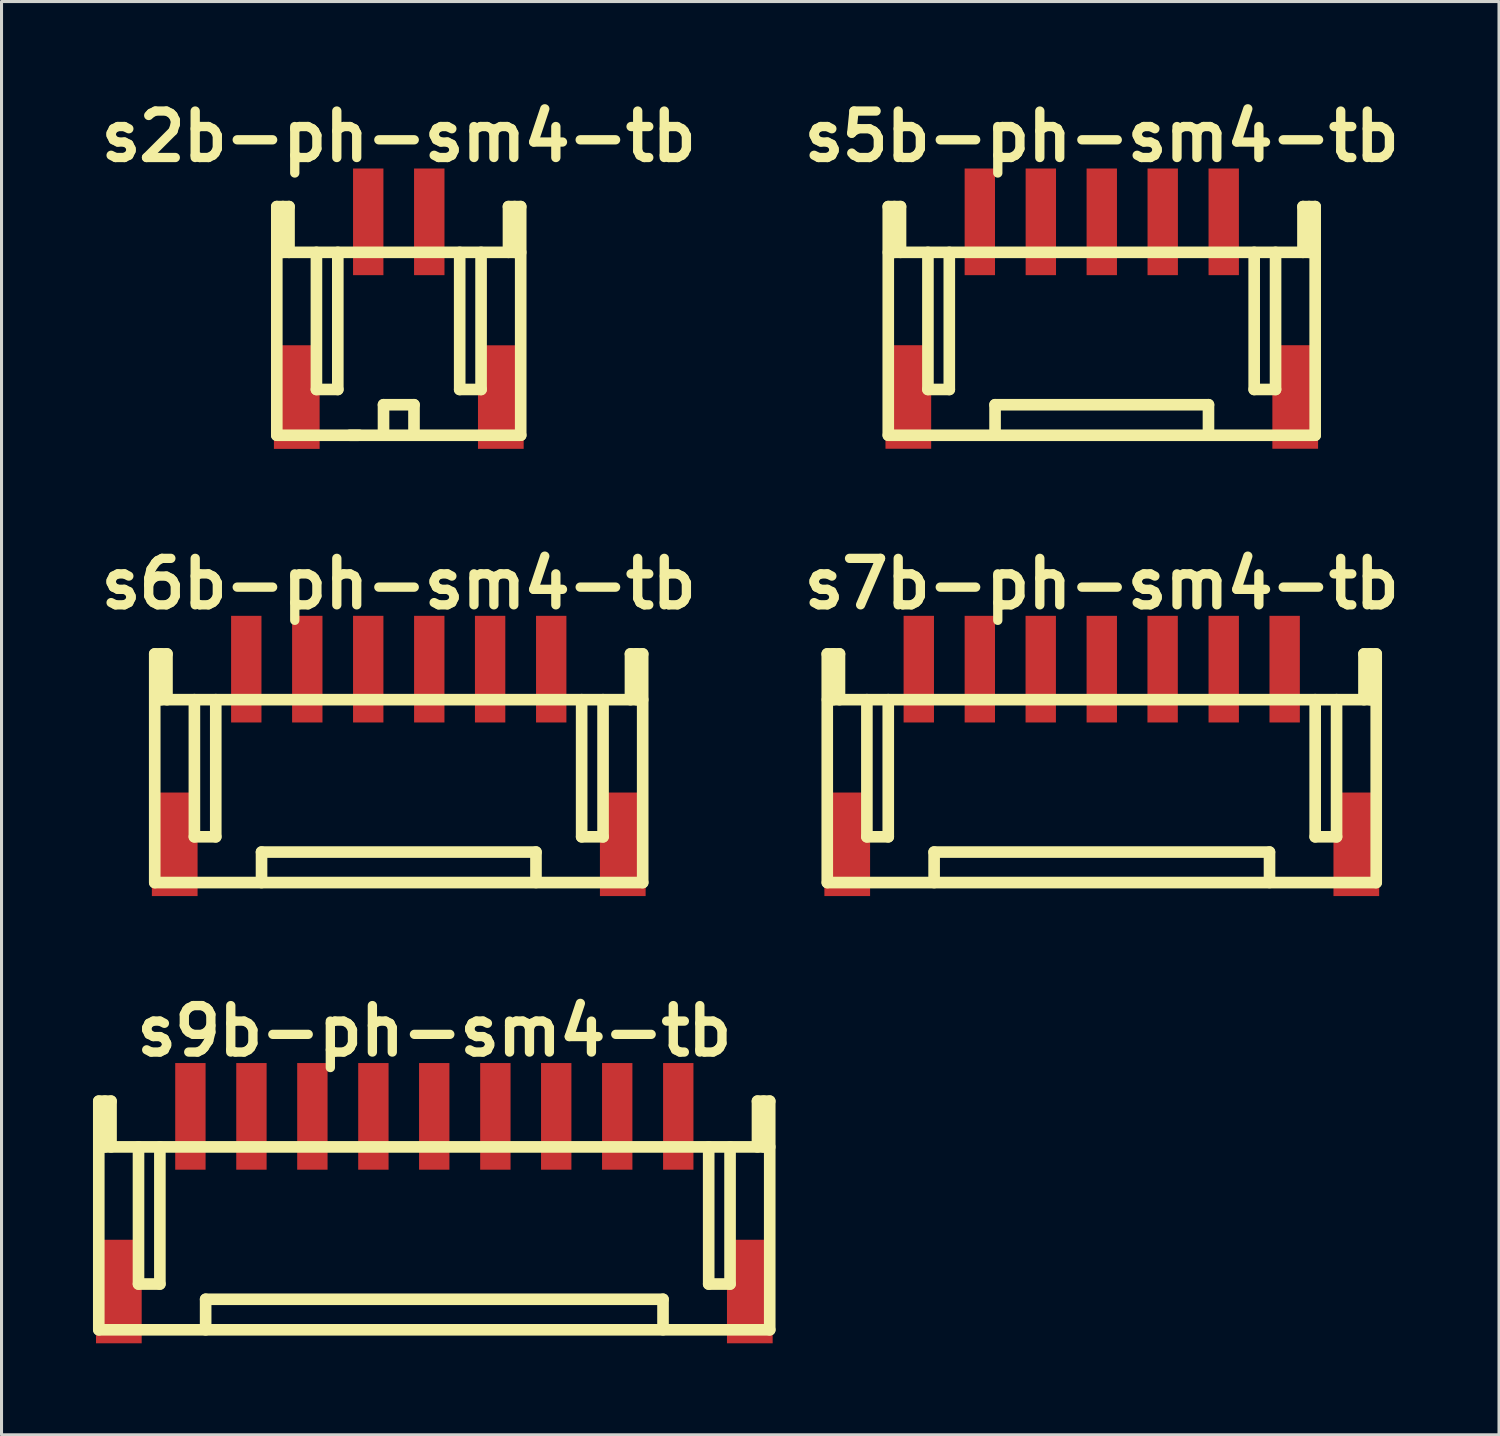
<source format=kicad_pcb>
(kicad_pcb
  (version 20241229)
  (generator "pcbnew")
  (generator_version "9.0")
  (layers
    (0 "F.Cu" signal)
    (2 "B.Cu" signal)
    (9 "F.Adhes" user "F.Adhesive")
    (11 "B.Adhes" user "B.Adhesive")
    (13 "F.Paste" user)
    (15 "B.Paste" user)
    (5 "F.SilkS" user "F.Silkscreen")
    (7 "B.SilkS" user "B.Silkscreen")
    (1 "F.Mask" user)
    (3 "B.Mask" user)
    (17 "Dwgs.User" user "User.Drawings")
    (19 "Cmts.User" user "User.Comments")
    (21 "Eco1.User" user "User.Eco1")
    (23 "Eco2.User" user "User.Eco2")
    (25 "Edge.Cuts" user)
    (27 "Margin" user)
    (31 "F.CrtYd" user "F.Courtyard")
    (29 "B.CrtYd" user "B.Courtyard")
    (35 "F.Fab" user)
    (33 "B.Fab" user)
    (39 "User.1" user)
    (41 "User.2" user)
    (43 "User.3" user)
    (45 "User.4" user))
  (footprint "s6b-ph-sm4-tb"
    (layer "F.Cu")
    (at 10.029 18.898)
    (property "Reference" "s6b-ph-sm4-tb" (at 0 -2.799 0) (layer "F.SilkS") (effects (font (size 1.524 1.524) (thickness 0.305))))
    (attr smd)
    (fp_line (start -8.004 7) (end -8.004 -0.5) (stroke (width 0.381) (type solid)) (layer "F.SilkS"))
    (fp_line (start -8.001 7) (end 8.001 7) (stroke (width 0.381) (type solid)) (layer "F.SilkS"))
    (fp_line (start -7.803 -0.5) (end -7.803 1.001) (stroke (width 0.381) (type solid)) (layer "F.SilkS"))
    (fp_line (start -7.602 -0.5) (end -8.004 -0.5) (stroke (width 0.381) (type solid)) (layer "F.SilkS"))
    (fp_line (start -7.602 1.001) (end -7.602 -0.5) (stroke (width 0.381) (type solid)) (layer "F.SilkS"))
    (fp_line (start -6.703 5.499) (end -6.703 1.001) (stroke (width 0.381) (type solid)) (layer "F.SilkS"))
    (fp_line (start -6.002 1.001) (end -6.002 5.499) (stroke (width 0.381) (type solid)) (layer "F.SilkS"))
    (fp_line (start -6.002 5.499) (end -6.703 5.499) (stroke (width 0.381) (type solid)) (layer "F.SilkS"))
    (fp_line (start -4.501 7) (end -4.501 5.999) (stroke (width 0.381) (type solid)) (layer "F.SilkS"))
    (fp_line (start 4.501 5.999) (end -4.501 5.999) (stroke (width 0.381) (type solid)) (layer "F.SilkS"))
    (fp_line (start 4.501 5.999) (end 4.501 6.998) (stroke (width 0.381) (type solid)) (layer "F.SilkS"))
    (fp_line (start 5.999 1.001) (end 5.999 5.499) (stroke (width 0.381) (type solid)) (layer "F.SilkS"))
    (fp_line (start 5.999 5.499) (end 6.701 5.499) (stroke (width 0.381) (type solid)) (layer "F.SilkS"))
    (fp_line (start 6.701 5.499) (end 6.701 1.001) (stroke (width 0.381) (type solid)) (layer "F.SilkS"))
    (fp_line (start 7.6 -0.5) (end 7.6 1.001) (stroke (width 0.381) (type solid)) (layer "F.SilkS"))
    (fp_line (start 7.8 1.001) (end 7.8 -0.5) (stroke (width 0.381) (type solid)) (layer "F.SilkS"))
    (fp_line (start 8.001 -0.5) (end 7.6 -0.5) (stroke (width 0.381) (type solid)) (layer "F.SilkS"))
    (fp_line (start 8.001 -0.5) (end 8.001 7) (stroke (width 0.381) (type solid)) (layer "F.SilkS"))
    (fp_line (start 8.001 1.001) (end -8.001 1.001) (stroke (width 0.381) (type solid)) (layer "F.SilkS"))
    (pad "" smd rect (at -7.348 5.745) (size 1.499 3.396) (layers "F.Cu" "F.Mask" "F.Paste"))
    (pad "" smd rect (at 7.348 5.745) (size 1.499 3.396) (layers "F.Cu" "F.Mask" "F.Paste"))
    (pad "1" smd rect (at -5.001 0) (size 0.996 3.498) (layers "F.Cu" "F.Mask" "F.Paste"))
    (pad "2" smd rect (at -3 0) (size 0.996 3.498) (layers "F.Cu" "F.Mask" "F.Paste"))
    (pad "3" smd rect (at -1.001 0) (size 0.996 3.498) (layers "F.Cu" "F.Mask" "F.Paste"))
    (pad "4" smd rect (at 1.001 0) (size 0.996 3.498) (layers "F.Cu" "F.Mask" "F.Paste"))
    (pad "5" smd rect (at 2.997 0) (size 0.996 3.498) (layers "F.Cu" "F.Mask" "F.Paste"))
    (pad "6" smd rect (at 5.001 0) (size 0.996 3.498) (layers "F.Cu" "F.Mask" "F.Paste")))
  (footprint "s5b-ph-sm4-tb"
    (layer "F.Cu")
    (at 33.088 4.226)
    (property "Reference" "s5b-ph-sm4-tb" (at 0 -2.799 0) (layer "F.SilkS") (effects (font (size 1.524 1.524) (thickness 0.305))))
    (attr smd)
    (fp_line (start -7.003 7) (end -7.003 -0.5) (stroke (width 0.381) (type solid)) (layer "F.SilkS"))
    (fp_line (start -7 7) (end 7 7) (stroke (width 0.381) (type solid)) (layer "F.SilkS"))
    (fp_line (start -6.802 -0.5) (end -6.802 1.001) (stroke (width 0.381) (type solid)) (layer "F.SilkS"))
    (fp_line (start -6.601 -0.5) (end -7.003 -0.5) (stroke (width 0.381) (type solid)) (layer "F.SilkS"))
    (fp_line (start -6.601 1.001) (end -6.601 -0.5) (stroke (width 0.381) (type solid)) (layer "F.SilkS"))
    (fp_line (start -5.702 5.499) (end -5.702 1.001) (stroke (width 0.381) (type solid)) (layer "F.SilkS"))
    (fp_line (start -5.001 1.001) (end -5.001 5.499) (stroke (width 0.381) (type solid)) (layer "F.SilkS"))
    (fp_line (start -5.001 5.499) (end -5.702 5.499) (stroke (width 0.381) (type solid)) (layer "F.SilkS"))
    (fp_line (start -3.5 7) (end -3.5 5.999) (stroke (width 0.381) (type solid)) (layer "F.SilkS"))
    (fp_line (start 3.5 5.999) (end -3.5 5.999) (stroke (width 0.381) (type solid)) (layer "F.SilkS"))
    (fp_line (start 3.5 5.999) (end 3.5 6.998) (stroke (width 0.381) (type solid)) (layer "F.SilkS"))
    (fp_line (start 4.999 1.001) (end 4.999 5.499) (stroke (width 0.381) (type solid)) (layer "F.SilkS"))
    (fp_line (start 4.999 5.499) (end 5.7 5.499) (stroke (width 0.381) (type solid)) (layer "F.SilkS"))
    (fp_line (start 5.7 5.499) (end 5.7 1.001) (stroke (width 0.381) (type solid)) (layer "F.SilkS"))
    (fp_line (start 6.599 -0.5) (end 6.599 1.001) (stroke (width 0.381) (type solid)) (layer "F.SilkS"))
    (fp_line (start 6.8 1.001) (end 6.8 -0.5) (stroke (width 0.381) (type solid)) (layer "F.SilkS"))
    (fp_line (start 7 -0.5) (end 6.599 -0.5) (stroke (width 0.381) (type solid)) (layer "F.SilkS"))
    (fp_line (start 7 -0.5) (end 7 7) (stroke (width 0.381) (type solid)) (layer "F.SilkS"))
    (fp_line (start 7 1.001) (end -7 1.001) (stroke (width 0.381) (type solid)) (layer "F.SilkS"))
    (pad "" smd rect (at -6.345 5.745) (size 1.499 3.396) (layers "F.Cu" "F.Mask" "F.Paste"))
    (pad "" smd rect (at 6.345 5.745) (size 1.499 3.396) (layers "F.Cu" "F.Mask" "F.Paste"))
    (pad "1" smd rect (at -4 0) (size 0.996 3.498) (layers "F.Cu" "F.Mask" "F.Paste"))
    (pad "2" smd rect (at -1.999 0) (size 0.996 3.498) (layers "F.Cu" "F.Mask" "F.Paste"))
    (pad "3" smd rect (at 0 0) (size 0.996 3.498) (layers "F.Cu" "F.Mask" "F.Paste"))
    (pad "4" smd rect (at 1.999 0) (size 0.996 3.498) (layers "F.Cu" "F.Mask" "F.Paste"))
    (pad "5" smd rect (at 4 0) (size 0.996 3.498) (layers "F.Cu" "F.Mask" "F.Paste")))
  (footprint "s7b-ph-sm4-tb"
    (layer "F.Cu")
    (at 33.088 18.898)
    (property "Reference" "s7b-ph-sm4-tb" (at 0 -2.799 0) (layer "F.SilkS") (effects (font (size 1.524 1.524) (thickness 0.305))))
    (attr smd)
    (fp_line (start -9.004 7) (end -9.004 -0.5) (stroke (width 0.381) (type solid)) (layer "F.SilkS"))
    (fp_line (start -8.999 7) (end 8.999 7) (stroke (width 0.381) (type solid)) (layer "F.SilkS"))
    (fp_line (start -8.804 -0.5) (end -8.804 1.001) (stroke (width 0.381) (type solid)) (layer "F.SilkS"))
    (fp_line (start -8.603 -0.5) (end -9.004 -0.5) (stroke (width 0.381) (type solid)) (layer "F.SilkS"))
    (fp_line (start -8.603 1.001) (end -8.603 -0.5) (stroke (width 0.381) (type solid)) (layer "F.SilkS"))
    (fp_line (start -7.704 5.499) (end -7.704 1.001) (stroke (width 0.381) (type solid)) (layer "F.SilkS"))
    (fp_line (start -7.003 1.001) (end -7.003 5.499) (stroke (width 0.381) (type solid)) (layer "F.SilkS"))
    (fp_line (start -7.003 5.499) (end -7.704 5.499) (stroke (width 0.381) (type solid)) (layer "F.SilkS"))
    (fp_line (start -5.499 7) (end -5.499 5.999) (stroke (width 0.381) (type solid)) (layer "F.SilkS"))
    (fp_line (start 5.499 5.999) (end -5.499 5.999) (stroke (width 0.381) (type solid)) (layer "F.SilkS"))
    (fp_line (start 5.502 5.999) (end 5.502 6.998) (stroke (width 0.381) (type solid)) (layer "F.SilkS"))
    (fp_line (start 7 1.001) (end 7 5.499) (stroke (width 0.381) (type solid)) (layer "F.SilkS"))
    (fp_line (start 7 5.499) (end 7.701 5.499) (stroke (width 0.381) (type solid)) (layer "F.SilkS"))
    (fp_line (start 7.701 5.499) (end 7.701 1.001) (stroke (width 0.381) (type solid)) (layer "F.SilkS"))
    (fp_line (start 8.6 -0.5) (end 8.6 1.001) (stroke (width 0.381) (type solid)) (layer "F.SilkS"))
    (fp_line (start 8.801 1.001) (end 8.801 -0.5) (stroke (width 0.381) (type solid)) (layer "F.SilkS"))
    (fp_line (start 8.999 1.001) (end -8.999 1.001) (stroke (width 0.381) (type solid)) (layer "F.SilkS"))
    (fp_line (start 9.002 -0.5) (end 8.6 -0.5) (stroke (width 0.381) (type solid)) (layer "F.SilkS"))
    (fp_line (start 9.002 -0.5) (end 9.002 7) (stroke (width 0.381) (type solid)) (layer "F.SilkS"))
    (pad "" smd rect (at -8.349 5.745) (size 1.499 3.396) (layers "F.Cu" "F.Mask" "F.Paste"))
    (pad "" smd rect (at 8.349 5.745) (size 1.499 3.396) (layers "F.Cu" "F.Mask" "F.Paste"))
    (pad "1" smd rect (at -6.002 0) (size 0.996 3.498) (layers "F.Cu" "F.Mask" "F.Paste"))
    (pad "2" smd rect (at -4 0) (size 0.996 3.498) (layers "F.Cu" "F.Mask" "F.Paste"))
    (pad "3" smd rect (at -2.002 0) (size 0.996 3.498) (layers "F.Cu" "F.Mask" "F.Paste"))
    (pad "4" smd rect (at 0 0) (size 0.996 3.498) (layers "F.Cu" "F.Mask" "F.Paste"))
    (pad "5" smd rect (at 1.996 0) (size 0.996 3.498) (layers "F.Cu" "F.Mask" "F.Paste"))
    (pad "6" smd rect (at 4 0) (size 0.996 3.498) (layers "F.Cu" "F.Mask" "F.Paste"))
    (pad "7" smd rect (at 5.999 0) (size 0.996 3.498) (layers "F.Cu" "F.Mask" "F.Paste")))
  (footprint "s2b-ph-sm4-tb"
    (layer "F.Cu")
    (at 10.029 4.226)
    (property "Reference" "s2b-ph-sm4-tb" (at 0 -2.799 0) (layer "F.SilkS") (effects (font (size 1.524 1.524) (thickness 0.305))))
    (attr smd)
    (fp_line (start -4 7) (end -4 -0.5) (stroke (width 0.381) (type solid)) (layer "F.SilkS"))
    (fp_line (start -4 7) (end 4 7) (stroke (width 0.381) (type solid)) (layer "F.SilkS"))
    (fp_line (start -3.8 -0.5) (end -3.8 1.001) (stroke (width 0.381) (type solid)) (layer "F.SilkS"))
    (fp_line (start -3.599 -0.5) (end -4 -0.5) (stroke (width 0.381) (type solid)) (layer "F.SilkS"))
    (fp_line (start -3.599 1.001) (end -3.599 -0.5) (stroke (width 0.381) (type solid)) (layer "F.SilkS"))
    (fp_line (start -2.7 5.499) (end -2.7 1.001) (stroke (width 0.381) (type solid)) (layer "F.SilkS"))
    (fp_line (start -1.999 1.001) (end -1.999 5.499) (stroke (width 0.381) (type solid)) (layer "F.SilkS"))
    (fp_line (start -1.999 5.499) (end -2.7 5.499) (stroke (width 0.381) (type solid)) (layer "F.SilkS"))
    (fp_line (start -1.3 7) (end -1.6 7) (stroke (width 0.381) (type solid)) (layer "F.SilkS"))
    (fp_line (start -0.5 5.999) (end 0.5 5.999) (stroke (width 0.381) (type solid)) (layer "F.SilkS"))
    (fp_line (start -0.5 7) (end -0.5 5.999) (stroke (width 0.381) (type solid)) (layer "F.SilkS"))
    (fp_line (start 0.5 5.999) (end 0.5 7) (stroke (width 0.381) (type solid)) (layer "F.SilkS"))
    (fp_line (start 1.999 1.001) (end 1.999 5.499) (stroke (width 0.381) (type solid)) (layer "F.SilkS"))
    (fp_line (start 1.999 5.499) (end 2.7 5.499) (stroke (width 0.381) (type solid)) (layer "F.SilkS"))
    (fp_line (start 2.7 5.499) (end 2.7 1.001) (stroke (width 0.381) (type solid)) (layer "F.SilkS"))
    (fp_line (start 3.599 -0.5) (end 3.599 1.001) (stroke (width 0.381) (type solid)) (layer "F.SilkS"))
    (fp_line (start 3.8 1.001) (end 3.8 -0.5) (stroke (width 0.381) (type solid)) (layer "F.SilkS"))
    (fp_line (start 4 -0.5) (end 3.599 -0.5) (stroke (width 0.381) (type solid)) (layer "F.SilkS"))
    (fp_line (start 4 -0.5) (end 4 7) (stroke (width 0.381) (type solid)) (layer "F.SilkS"))
    (fp_line (start 4 1.001) (end -4 1.001) (stroke (width 0.381) (type solid)) (layer "F.SilkS"))
    (pad "" smd rect (at -3.345 5.748) (size 1.499 3.399) (layers "F.Cu" "F.Mask" "F.Paste"))
    (pad "" smd rect (at 3.348 5.748) (size 1.499 3.396) (layers "F.Cu" "F.Mask" "F.Paste"))
    (pad "1" smd rect (at -1.001 0) (size 0.996 3.498) (layers "F.Cu" "F.Mask" "F.Paste"))
    (pad "2" smd rect (at 1.001 0) (size 0.998 3.498) (layers "F.Cu" "F.Mask" "F.Paste")))
  (footprint "s9b-ph-sm4-tb"
    (layer "F.Cu")
    (at 11.196 33.567)
    (property "Reference" "s9b-ph-sm4-tb" (at 0 -2.799 0) (layer "F.SilkS") (effects (font (size 1.524 1.524) (thickness 0.305))))
    (attr smd)
    (fp_line (start -11.006 7) (end -11.006 -0.5) (stroke (width 0.381) (type solid)) (layer "F.SilkS"))
    (fp_line (start -11.001 7) (end 11.001 7) (stroke (width 0.381) (type solid)) (layer "F.SilkS"))
    (fp_line (start -10.805 -0.5) (end -10.805 1.001) (stroke (width 0.381) (type solid)) (layer "F.SilkS"))
    (fp_line (start -10.604 -0.5) (end -11.006 -0.5) (stroke (width 0.381) (type solid)) (layer "F.SilkS"))
    (fp_line (start -10.604 1.001) (end -10.604 -0.5) (stroke (width 0.381) (type solid)) (layer "F.SilkS"))
    (fp_line (start -9.703 5.499) (end -9.703 1.001) (stroke (width 0.381) (type solid)) (layer "F.SilkS"))
    (fp_line (start -9.002 1.001) (end -9.002 5.499) (stroke (width 0.381) (type solid)) (layer "F.SilkS"))
    (fp_line (start -9.002 5.499) (end -9.703 5.499) (stroke (width 0.381) (type solid)) (layer "F.SilkS"))
    (fp_line (start -7.501 7) (end -7.501 5.999) (stroke (width 0.381) (type solid)) (layer "F.SilkS"))
    (fp_line (start 7.501 5.999) (end -7.501 5.999) (stroke (width 0.381) (type solid)) (layer "F.SilkS"))
    (fp_line (start 7.501 5.999) (end 7.501 6.998) (stroke (width 0.381) (type solid)) (layer "F.SilkS"))
    (fp_line (start 8.999 1.001) (end 8.999 5.499) (stroke (width 0.381) (type solid)) (layer "F.SilkS"))
    (fp_line (start 8.999 5.499) (end 9.7 5.499) (stroke (width 0.381) (type solid)) (layer "F.SilkS"))
    (fp_line (start 9.7 5.499) (end 9.7 1.001) (stroke (width 0.381) (type solid)) (layer "F.SilkS"))
    (fp_line (start 10.599 -0.5) (end 10.599 1.001) (stroke (width 0.381) (type solid)) (layer "F.SilkS"))
    (fp_line (start 10.8 1.001) (end 10.8 -0.5) (stroke (width 0.381) (type solid)) (layer "F.SilkS"))
    (fp_line (start 11.001 -0.5) (end 10.599 -0.5) (stroke (width 0.381) (type solid)) (layer "F.SilkS"))
    (fp_line (start 11.001 -0.5) (end 11.001 7) (stroke (width 0.381) (type solid)) (layer "F.SilkS"))
    (fp_line (start 11.001 1.001) (end -11.001 1.001) (stroke (width 0.381) (type solid)) (layer "F.SilkS"))
    (pad "" smd rect (at -10.348 5.745) (size 1.499 3.396) (layers "F.Cu" "F.Mask" "F.Paste"))
    (pad "" smd rect (at 10.348 5.745) (size 1.499 3.396) (layers "F.Cu" "F.Mask" "F.Paste"))
    (pad "1" smd rect (at -8.001 0) (size 0.996 3.498) (layers "F.Cu" "F.Mask" "F.Paste"))
    (pad "2" smd rect (at -5.999 0) (size 0.996 3.498) (layers "F.Cu" "F.Mask" "F.Paste"))
    (pad "3" smd rect (at -4 0) (size 0.996 3.498) (layers "F.Cu" "F.Mask" "F.Paste"))
    (pad "4" smd rect (at -1.999 0) (size 0.996 3.498) (layers "F.Cu" "F.Mask" "F.Paste"))
    (pad "5" smd rect (at -0.003 0) (size 0.996 3.498) (layers "F.Cu" "F.Mask" "F.Paste"))
    (pad "6" smd rect (at 2.002 0) (size 0.996 3.498) (layers "F.Cu" "F.Mask" "F.Paste"))
    (pad "7" smd rect (at 3.998 0) (size 0.996 3.498) (layers "F.Cu" "F.Mask" "F.Paste"))
    (pad "8" smd rect (at 5.999 0) (size 0.996 3.498) (layers "F.Cu" "F.Mask" "F.Paste"))
    (pad "9" smd rect (at 8.001 0) (size 0.996 3.498) (layers "F.Cu" "F.Mask" "F.Paste")))
  (gr_rect
    (start -3 -3)
    (end 46.117 44.011)
    (stroke (width 0.1) (type default))
    (fill no)
    (layer "Edge.Cuts")))
</source>
